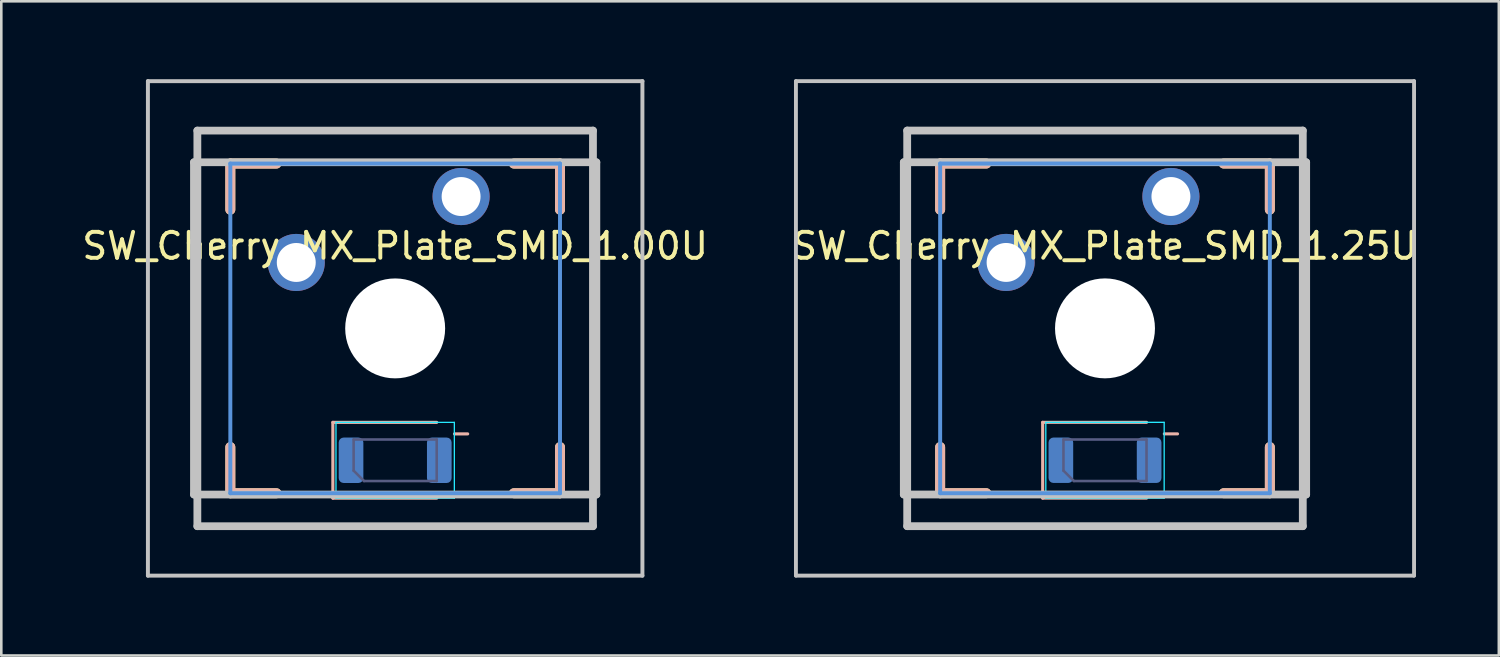
<source format=kicad_pcb>
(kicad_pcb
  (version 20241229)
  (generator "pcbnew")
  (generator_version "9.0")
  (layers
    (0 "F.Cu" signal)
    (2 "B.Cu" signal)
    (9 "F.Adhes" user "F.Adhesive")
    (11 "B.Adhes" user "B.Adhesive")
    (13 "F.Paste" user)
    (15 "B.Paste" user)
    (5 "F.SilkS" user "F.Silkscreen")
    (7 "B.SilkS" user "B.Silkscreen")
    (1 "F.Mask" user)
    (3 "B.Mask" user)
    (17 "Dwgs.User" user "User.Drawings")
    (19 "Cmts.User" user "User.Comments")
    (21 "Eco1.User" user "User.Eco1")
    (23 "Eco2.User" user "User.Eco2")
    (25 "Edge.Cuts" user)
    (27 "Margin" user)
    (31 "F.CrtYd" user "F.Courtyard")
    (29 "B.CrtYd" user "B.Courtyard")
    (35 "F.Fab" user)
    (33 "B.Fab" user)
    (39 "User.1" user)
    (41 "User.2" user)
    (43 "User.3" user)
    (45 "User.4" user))
  (footprint "SW_Cherry_MX_Plate_SMD_1.25U"
    (layer "F.Cu")
    (at 39.518 9.6)
    (property "Reference" "SW_Cherry_MX_Plate_SMD_1.25U" (at 0 -3.175 0) (layer "F.SilkS") (effects (font (size 1 1) (thickness 0.15))))
    (attr exclude_from_pos_files exclude_from_bom)
    (fp_line (start -6.35 -6.35) (end -4.572 -6.35) (stroke (width 0.381) (type solid)) (layer "F.SilkS"))
    (fp_line (start -6.35 -4.572) (end -6.35 -6.35) (stroke (width 0.381) (type solid)) (layer "F.SilkS"))
    (fp_line (start -6.35 6.35) (end -6.35 4.572) (stroke (width 0.381) (type solid)) (layer "F.SilkS"))
    (fp_line (start -4.572 6.35) (end -6.35 6.35) (stroke (width 0.381) (type solid)) (layer "F.SilkS"))
    (fp_line (start 4.572 -6.35) (end 6.35 -6.35) (stroke (width 0.381) (type solid)) (layer "F.SilkS"))
    (fp_line (start 6.35 -6.35) (end 6.35 -4.572) (stroke (width 0.381) (type solid)) (layer "F.SilkS"))
    (fp_line (start 6.35 4.572) (end 6.35 6.35) (stroke (width 0.381) (type solid)) (layer "F.SilkS"))
    (fp_line (start 6.35 6.35) (end 4.572 6.35) (stroke (width 0.381) (type solid)) (layer "F.SilkS"))
    (fp_line (start -6.35 -6.35) (end -6.35 -4.572) (stroke (width 0.381) (type solid)) (layer "B.SilkS"))
    (fp_line (start -6.35 4.572) (end -6.35 6.35) (stroke (width 0.381) (type solid)) (layer "B.SilkS"))
    (fp_line (start -6.35 6.35) (end -4.572 6.35) (stroke (width 0.381) (type solid)) (layer "B.SilkS"))
    (fp_line (start -4.572 -6.35) (end -6.35 -6.35) (stroke (width 0.381) (type solid)) (layer "B.SilkS"))
    (fp_line (start -2.4 3.62) (end 1.6 3.62) (stroke (width 0.12) (type solid)) (layer "B.SilkS"))
    (fp_line (start -2.4 6.54) (end -2.4 3.62) (stroke (width 0.12) (type solid)) (layer "B.SilkS"))
    (fp_line (start 1.6 6.54) (end -2.4 6.54) (stroke (width 0.12) (type solid)) (layer "B.SilkS"))
    (fp_line (start 2.286 4.064) (end 2.794 4.064) (stroke (width 0.12) (type solid)) (layer "B.SilkS"))
    (fp_line (start 4.572 6.35) (end 6.35 6.35) (stroke (width 0.381) (type solid)) (layer "B.SilkS"))
    (fp_line (start 6.35 -6.35) (end 4.572 -6.35) (stroke (width 0.381) (type solid)) (layer "B.SilkS"))
    (fp_line (start 6.35 -4.572) (end 6.35 -6.35) (stroke (width 0.381) (type solid)) (layer "B.SilkS"))
    (fp_line (start 6.35 6.35) (end 6.35 4.572) (stroke (width 0.381) (type solid)) (layer "B.SilkS"))
    (fp_line (start -11.906 -9.525) (end 11.906 -9.525) (stroke (width 0.15) (type solid)) (layer "Dwgs.User"))
    (fp_line (start -11.906 9.525) (end -11.906 -9.525) (stroke (width 0.15) (type solid)) (layer "Dwgs.User"))
    (fp_line (start -7.75 6.4) (end -7.75 -6.4) (stroke (width 0.3) (type solid)) (layer "Dwgs.User"))
    (fp_line (start -7.75 6.4) (end 7.75 6.4) (stroke (width 0.3) (type solid)) (layer "Dwgs.User"))
    (fp_line (start -7.62 -7.62) (end 7.62 -7.62) (stroke (width 0.3) (type solid)) (layer "Dwgs.User"))
    (fp_line (start -7.62 7.62) (end -7.62 -7.62) (stroke (width 0.3) (type solid)) (layer "Dwgs.User"))
    (fp_line (start 7.62 -7.62) (end 7.62 7.62) (stroke (width 0.3) (type solid)) (layer "Dwgs.User"))
    (fp_line (start 7.62 7.62) (end -7.62 7.62) (stroke (width 0.3) (type solid)) (layer "Dwgs.User"))
    (fp_line (start 7.75 -6.4) (end -7.75 -6.4) (stroke (width 0.3) (type solid)) (layer "Dwgs.User"))
    (fp_line (start 7.75 6.4) (end 7.75 -6.4) (stroke (width 0.3) (type solid)) (layer "Dwgs.User"))
    (fp_line (start 11.906 -9.525) (end 11.906 9.525) (stroke (width 0.15) (type solid)) (layer "Dwgs.User"))
    (fp_line (start 11.906 9.525) (end -11.906 9.525) (stroke (width 0.15) (type solid)) (layer "Dwgs.User"))
    (fp_line (start -6.35 -6.35) (end 6.35 -6.35) (stroke (width 0.152) (type solid)) (layer "Cmts.User"))
    (fp_line (start -6.35 6.35) (end -6.35 -6.35) (stroke (width 0.152) (type solid)) (layer "Cmts.User"))
    (fp_line (start 6.35 -6.35) (end 6.35 6.35) (stroke (width 0.152) (type solid)) (layer "Cmts.User"))
    (fp_line (start 6.35 6.35) (end -6.35 6.35) (stroke (width 0.152) (type solid)) (layer "Cmts.User"))
    (fp_line (start -6.985 -6.985) (end 6.985 -6.985) (stroke (width 0.152) (type solid)) (layer "Eco2.User"))
    (fp_line (start -6.985 6.985) (end -6.985 -6.985) (stroke (width 0.152) (type solid)) (layer "Eco2.User"))
    (fp_line (start 6.985 -6.985) (end 6.985 6.985) (stroke (width 0.152) (type solid)) (layer "Eco2.User"))
    (fp_line (start 6.985 6.985) (end -6.985 6.985) (stroke (width 0.152) (type solid)) (layer "Eco2.User"))
    (fp_line (start -2.28 3.62) (end -2.28 6.54) (stroke (width 0.05) (type solid)) (layer "B.CrtYd"))
    (fp_line (start -2.28 6.54) (end 2.28 6.54) (stroke (width 0.05) (type solid)) (layer "B.CrtYd"))
    (fp_line (start 2.28 3.62) (end -2.28 3.62) (stroke (width 0.05) (type solid)) (layer "B.CrtYd"))
    (fp_line (start 2.28 6.54) (end 2.28 3.62) (stroke (width 0.05) (type solid)) (layer "B.CrtYd"))
    (fp_line (start -1.6 4.28) (end 1.6 4.28) (stroke (width 0.1) (type solid)) (layer "B.Fab"))
    (fp_line (start -1.6 5.48) (end -1.6 4.28) (stroke (width 0.1) (type solid)) (layer "B.Fab"))
    (fp_line (start -1.2 5.88) (end -1.6 5.48) (stroke (width 0.1) (type solid)) (layer "B.Fab"))
    (fp_line (start 1.6 4.28) (end 1.6 5.88) (stroke (width 0.1) (type solid)) (layer "B.Fab"))
    (fp_line (start 1.6 5.88) (end -1.2 5.88) (stroke (width 0.1) (type solid)) (layer "B.Fab"))
    (pad "" np_thru_hole circle (at 0 0) (size 3.85 3.85) (drill 3.85) (layers "*.Cu" "*.Mask"))
    (pad "1" thru_hole circle (at -3.81 -2.54) (size 2.2 2.2) (drill 1.5) (layers "*.Cu" "*.Mask"))
    (pad "2" thru_hole circle (at 2.54 -5.08) (size 2.2 2.2) (drill 1.5) (layers "*.Cu" "*.Mask"))
    (pad "3" smd roundrect (at 1.7 5.08) (size 0.95 1.75) (layers "B.Cu" "B.Mask" "B.Paste") (roundrect_rratio 0.2))
    (pad "4" smd roundrect (at -1.7 5.08) (size 0.95 1.75) (layers "B.Cu" "B.Mask" "B.Paste") (roundrect_rratio 0.2)))
  (footprint "SW_Cherry_MX_Plate_SMD_1.00U"
    (layer "F.Cu")
    (at 12.173 9.601)
    (property "Reference" "SW_Cherry_MX_Plate_SMD_1.00U" (at 0 -3.175 0) (layer "F.SilkS") (effects (font (size 1 1) (thickness 0.15))))
    (attr exclude_from_pos_files exclude_from_bom)
    (fp_line (start -6.35 -6.35) (end -4.572 -6.35) (stroke (width 0.381) (type solid)) (layer "F.SilkS"))
    (fp_line (start -6.35 -4.572) (end -6.35 -6.35) (stroke (width 0.381) (type solid)) (layer "F.SilkS"))
    (fp_line (start -6.35 6.35) (end -6.35 4.572) (stroke (width 0.381) (type solid)) (layer "F.SilkS"))
    (fp_line (start -4.572 6.35) (end -6.35 6.35) (stroke (width 0.381) (type solid)) (layer "F.SilkS"))
    (fp_line (start 4.572 -6.35) (end 6.35 -6.35) (stroke (width 0.381) (type solid)) (layer "F.SilkS"))
    (fp_line (start 6.35 -6.35) (end 6.35 -4.572) (stroke (width 0.381) (type solid)) (layer "F.SilkS"))
    (fp_line (start 6.35 4.572) (end 6.35 6.35) (stroke (width 0.381) (type solid)) (layer "F.SilkS"))
    (fp_line (start 6.35 6.35) (end 4.572 6.35) (stroke (width 0.381) (type solid)) (layer "F.SilkS"))
    (fp_line (start -6.35 -6.35) (end -6.35 -4.572) (stroke (width 0.381) (type solid)) (layer "B.SilkS"))
    (fp_line (start -6.35 4.572) (end -6.35 6.35) (stroke (width 0.381) (type solid)) (layer "B.SilkS"))
    (fp_line (start -6.35 6.35) (end -4.572 6.35) (stroke (width 0.381) (type solid)) (layer "B.SilkS"))
    (fp_line (start -4.572 -6.35) (end -6.35 -6.35) (stroke (width 0.381) (type solid)) (layer "B.SilkS"))
    (fp_line (start -2.4 3.62) (end 1.6 3.62) (stroke (width 0.12) (type solid)) (layer "B.SilkS"))
    (fp_line (start -2.4 6.54) (end -2.4 3.62) (stroke (width 0.12) (type solid)) (layer "B.SilkS"))
    (fp_line (start 1.6 6.54) (end -2.4 6.54) (stroke (width 0.12) (type solid)) (layer "B.SilkS"))
    (fp_line (start 2.286 4.064) (end 2.794 4.064) (stroke (width 0.12) (type solid)) (layer "B.SilkS"))
    (fp_line (start 4.572 6.35) (end 6.35 6.35) (stroke (width 0.381) (type solid)) (layer "B.SilkS"))
    (fp_line (start 6.35 -6.35) (end 4.572 -6.35) (stroke (width 0.381) (type solid)) (layer "B.SilkS"))
    (fp_line (start 6.35 -4.572) (end 6.35 -6.35) (stroke (width 0.381) (type solid)) (layer "B.SilkS"))
    (fp_line (start 6.35 6.35) (end 6.35 4.572) (stroke (width 0.381) (type solid)) (layer "B.SilkS"))
    (fp_line (start -9.525 -9.525) (end 9.525 -9.525) (stroke (width 0.152) (type solid)) (layer "Dwgs.User"))
    (fp_line (start -9.525 9.525) (end -9.525 -9.525) (stroke (width 0.152) (type solid)) (layer "Dwgs.User"))
    (fp_line (start -7.75 6.4) (end -7.75 -6.4) (stroke (width 0.3) (type solid)) (layer "Dwgs.User"))
    (fp_line (start -7.75 6.4) (end 7.75 6.4) (stroke (width 0.3) (type solid)) (layer "Dwgs.User"))
    (fp_line (start -7.62 -7.62) (end 7.62 -7.62) (stroke (width 0.3) (type solid)) (layer "Dwgs.User"))
    (fp_line (start -7.62 7.62) (end -7.62 -7.62) (stroke (width 0.3) (type solid)) (layer "Dwgs.User"))
    (fp_line (start 7.62 -7.62) (end 7.62 7.62) (stroke (width 0.3) (type solid)) (layer "Dwgs.User"))
    (fp_line (start 7.62 7.62) (end -7.62 7.62) (stroke (width 0.3) (type solid)) (layer "Dwgs.User"))
    (fp_line (start 7.75 -6.4) (end -7.75 -6.4) (stroke (width 0.3) (type solid)) (layer "Dwgs.User"))
    (fp_line (start 7.75 6.4) (end 7.75 -6.4) (stroke (width 0.3) (type solid)) (layer "Dwgs.User"))
    (fp_line (start 9.525 -9.525) (end 9.525 9.525) (stroke (width 0.152) (type solid)) (layer "Dwgs.User"))
    (fp_line (start 9.525 9.525) (end -9.525 9.525) (stroke (width 0.152) (type solid)) (layer "Dwgs.User"))
    (fp_line (start -6.35 -6.35) (end 6.35 -6.35) (stroke (width 0.152) (type solid)) (layer "Cmts.User"))
    (fp_line (start -6.35 6.35) (end -6.35 -6.35) (stroke (width 0.152) (type solid)) (layer "Cmts.User"))
    (fp_line (start 6.35 -6.35) (end 6.35 6.35) (stroke (width 0.152) (type solid)) (layer "Cmts.User"))
    (fp_line (start 6.35 6.35) (end -6.35 6.35) (stroke (width 0.152) (type solid)) (layer "Cmts.User"))
    (fp_line (start -6.985 -6.985) (end 6.985 -6.985) (stroke (width 0.152) (type solid)) (layer "Eco2.User"))
    (fp_line (start -6.985 6.985) (end -6.985 -6.985) (stroke (width 0.152) (type solid)) (layer "Eco2.User"))
    (fp_line (start 6.985 -6.985) (end 6.985 6.985) (stroke (width 0.152) (type solid)) (layer "Eco2.User"))
    (fp_line (start 6.985 6.985) (end -6.985 6.985) (stroke (width 0.152) (type solid)) (layer "Eco2.User"))
    (fp_line (start -2.28 3.62) (end -2.28 6.54) (stroke (width 0.05) (type solid)) (layer "B.CrtYd"))
    (fp_line (start -2.28 6.54) (end 2.28 6.54) (stroke (width 0.05) (type solid)) (layer "B.CrtYd"))
    (fp_line (start 2.28 3.62) (end -2.28 3.62) (stroke (width 0.05) (type solid)) (layer "B.CrtYd"))
    (fp_line (start 2.28 6.54) (end 2.28 3.62) (stroke (width 0.05) (type solid)) (layer "B.CrtYd"))
    (fp_line (start -1.6 4.28) (end 1.6 4.28) (stroke (width 0.1) (type solid)) (layer "B.Fab"))
    (fp_line (start -1.6 5.48) (end -1.6 4.28) (stroke (width 0.1) (type solid)) (layer "B.Fab"))
    (fp_line (start -1.2 5.88) (end -1.6 5.48) (stroke (width 0.1) (type solid)) (layer "B.Fab"))
    (fp_line (start 1.6 4.28) (end 1.6 5.88) (stroke (width 0.1) (type solid)) (layer "B.Fab"))
    (fp_line (start 1.6 5.88) (end -1.2 5.88) (stroke (width 0.1) (type solid)) (layer "B.Fab"))
    (pad "" np_thru_hole circle (at 0 0) (size 3.85 3.85) (drill 3.85) (layers "*.Cu" "*.Mask"))
    (pad "1" thru_hole circle (at -3.81 -2.54) (size 2.2 2.2) (drill 1.5) (layers "*.Cu" "*.Mask"))
    (pad "2" thru_hole circle (at 2.54 -5.08) (size 2.2 2.2) (drill 1.5) (layers "*.Cu" "*.Mask"))
    (pad "3" smd roundrect (at 1.7 5.08) (size 0.95 1.75) (layers "B.Cu" "B.Mask" "B.Paste") (roundrect_rratio 0.2))
    (pad "4" smd roundrect (at -1.7 5.08) (size 0.95 1.75) (layers "B.Cu" "B.Mask" "B.Paste") (roundrect_rratio 0.2)))
  (gr_rect
    (start -3 -3)
    (end 54.69 22.202)
    (stroke (width 0.1) (type default))
    (fill no)
    (layer "Edge.Cuts")))
</source>
